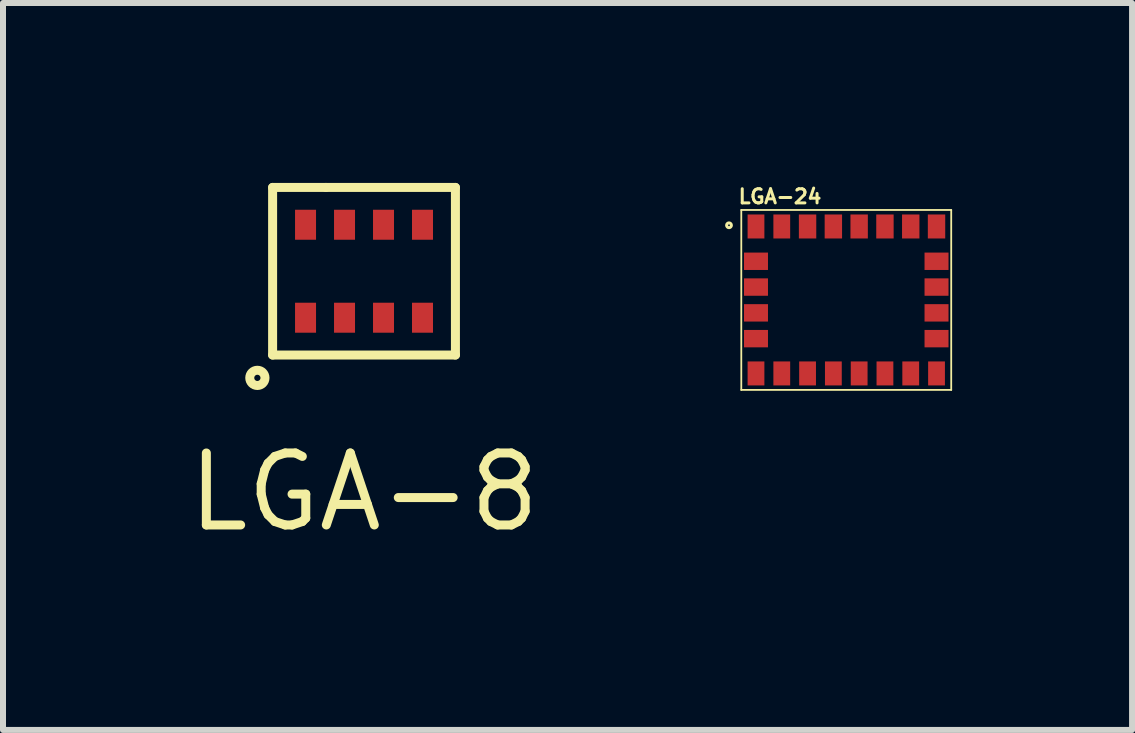
<source format=kicad_pcb>
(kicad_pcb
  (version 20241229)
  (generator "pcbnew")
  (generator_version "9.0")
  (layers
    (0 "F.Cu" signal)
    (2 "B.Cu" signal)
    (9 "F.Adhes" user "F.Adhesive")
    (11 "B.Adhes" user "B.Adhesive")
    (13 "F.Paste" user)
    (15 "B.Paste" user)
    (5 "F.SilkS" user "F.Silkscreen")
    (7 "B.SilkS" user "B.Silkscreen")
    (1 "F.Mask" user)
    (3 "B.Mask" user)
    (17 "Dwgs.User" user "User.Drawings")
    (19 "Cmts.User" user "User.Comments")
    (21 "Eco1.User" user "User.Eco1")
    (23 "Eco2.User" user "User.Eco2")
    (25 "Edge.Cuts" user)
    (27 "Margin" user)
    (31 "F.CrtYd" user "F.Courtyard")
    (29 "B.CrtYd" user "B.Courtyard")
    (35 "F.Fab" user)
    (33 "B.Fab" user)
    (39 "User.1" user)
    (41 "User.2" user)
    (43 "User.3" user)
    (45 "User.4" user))
  (footprint "LGA-24"
    (layer "F.Cu")
    (at 11.054 1.946)
    (property "Reference" "LGA-24" (at -1.1 -1.72 0) (layer "F.SilkS") (effects (font (size 0.236 0.236) (thickness 0.05))))
    (attr smd)
    (fp_line (start -1.745 -1.495) (end 1.755 -1.495) (stroke (width 0.03) (type solid)) (layer "F.SilkS"))
    (fp_line (start -1.745 1.505) (end -1.745 -1.495) (stroke (width 0.03) (type solid)) (layer "F.SilkS"))
    (fp_line (start 1.755 -1.495) (end 1.755 1.505) (stroke (width 0.03) (type solid)) (layer "F.SilkS"))
    (fp_line (start 1.755 1.505) (end -1.745 1.505) (stroke (width 0.03) (type solid)) (layer "F.SilkS"))
    (fp_circle (center -1.95 -1.24) (end -1.91 -1.24) (stroke (width 0.05) (type solid)) (fill no) (layer "F.SilkS"))
    (pad "1" smd rect (at -1.5 -1.22) (size 0.28 0.4) (layers "F.Cu" "F.Mask" "F.Paste"))
    (pad "2" smd rect (at -1.5 -0.64 90) (size 0.29 0.4) (layers "F.Cu" "F.Mask" "F.Paste"))
    (pad "3" smd rect (at -1.5 -0.21 90) (size 0.29 0.4) (layers "F.Cu" "F.Mask" "F.Paste"))
    (pad "4" smd rect (at -1.5 0.22 90) (size 0.29 0.4) (layers "F.Cu" "F.Mask" "F.Paste"))
    (pad "5" smd rect (at -1.5 0.65 90) (size 0.29 0.4) (layers "F.Cu" "F.Mask" "F.Paste"))
    (pad "6" smd rect (at -1.5 1.23) (size 0.28 0.4) (layers "F.Cu" "F.Mask" "F.Paste"))
    (pad "7" smd rect (at -1.07 1.23) (size 0.28 0.4) (layers "F.Cu" "F.Mask" "F.Paste"))
    (pad "8" smd rect (at -0.64 1.23) (size 0.28 0.4) (layers "F.Cu" "F.Mask" "F.Paste"))
    (pad "9" smd rect (at -0.21 1.23) (size 0.28 0.4) (layers "F.Cu" "F.Mask" "F.Paste"))
    (pad "10" smd rect (at 0.22 1.23) (size 0.28 0.4) (layers "F.Cu" "F.Mask" "F.Paste"))
    (pad "11" smd rect (at 0.65 1.23) (size 0.28 0.4) (layers "F.Cu" "F.Mask" "F.Paste"))
    (pad "12" smd rect (at 1.08 1.23) (size 0.28 0.4) (layers "F.Cu" "F.Mask" "F.Paste"))
    (pad "13" smd rect (at 1.51 1.23) (size 0.28 0.4) (layers "F.Cu" "F.Mask" "F.Paste"))
    (pad "14" smd rect (at 1.51 0.65 270) (size 0.29 0.4) (layers "F.Cu" "F.Mask" "F.Paste"))
    (pad "15" smd rect (at 1.51 0.22 270) (size 0.29 0.4) (layers "F.Cu" "F.Mask" "F.Paste"))
    (pad "16" smd rect (at 1.51 -0.21 270) (size 0.29 0.4) (layers "F.Cu" "F.Mask" "F.Paste"))
    (pad "17" smd rect (at 1.51 -0.64 270) (size 0.29 0.4) (layers "F.Cu" "F.Mask" "F.Paste"))
    (pad "18" smd rect (at 1.51 -1.22 180) (size 0.29 0.4) (layers "F.Cu" "F.Mask" "F.Paste"))
    (pad "19" smd rect (at 1.08 -1.22 180) (size 0.29 0.4) (layers "F.Cu" "F.Mask" "F.Paste"))
    (pad "20" smd rect (at 0.65 -1.22 180) (size 0.29 0.4) (layers "F.Cu" "F.Mask" "F.Paste"))
    (pad "21" smd rect (at 0.22 -1.22 180) (size 0.29 0.4) (layers "F.Cu" "F.Mask" "F.Paste"))
    (pad "22" smd rect (at -0.21 -1.22 180) (size 0.29 0.4) (layers "F.Cu" "F.Mask" "F.Paste"))
    (pad "23" smd rect (at -0.64 -1.22 180) (size 0.29 0.4) (layers "F.Cu" "F.Mask" "F.Paste"))
    (pad "24" smd rect (at -1.07 -1.22 180) (size 0.28 0.4) (layers "F.Cu" "F.Mask" "F.Paste")))
  (footprint "LGA-8"
    (layer "F.Cu")
    (at 3.019 1.472)
    (property "Reference" "LGA-8" (at 0 3.683 180) (layer "F.SilkS") (effects (font (size 1.2 1.2) (thickness 0.15))))
    (attr through_hole)
    (fp_line (start -1.524 -1.397) (end -1.524 1.397) (stroke (width 0.15) (type solid)) (layer "F.SilkS"))
    (fp_line (start -1.524 1.397) (end 1.524 1.397) (stroke (width 0.15) (type solid)) (layer "F.SilkS"))
    (fp_line (start -0.635 -1.397) (end -1.524 -1.397) (stroke (width 0.15) (type solid)) (layer "F.SilkS"))
    (fp_line (start 1.524 -1.397) (end -0.635 -1.397) (stroke (width 0.15) (type solid)) (layer "F.SilkS"))
    (fp_line (start 1.524 1.397) (end 1.524 -1.397) (stroke (width 0.15) (type solid)) (layer "F.SilkS"))
    (fp_circle (center -1.778 1.778) (end -1.651 1.778) (stroke (width 0.15) (type solid)) (fill no) (layer "F.SilkS"))
    (pad "1" smd rect (at -0.975 0.775) (size 0.35 0.5) (layers "F.Cu" "F.Mask" "F.Paste"))
    (pad "2" smd rect (at -0.325 0.775) (size 0.35 0.5) (layers "F.Cu" "F.Mask" "F.Paste"))
    (pad "3" smd rect (at 0.325 0.775) (size 0.35 0.5) (layers "F.Cu" "F.Mask" "F.Paste"))
    (pad "4" smd rect (at 0.975 0.775) (size 0.35 0.5) (layers "F.Cu" "F.Mask" "F.Paste"))
    (pad "5" smd rect (at 0.975 -0.775) (size 0.35 0.5) (layers "F.Cu" "F.Mask" "F.Paste"))
    (pad "6" smd rect (at 0.325 -0.775) (size 0.35 0.5) (layers "F.Cu" "F.Mask" "F.Paste"))
    (pad "7" smd rect (at -0.325 -0.775) (size 0.35 0.5) (layers "F.Cu" "F.Mask" "F.Paste"))
    (pad "8" smd rect (at -0.975 -0.775) (size 0.35 0.5) (layers "F.Cu" "F.Mask" "F.Paste")))
  (gr_rect
    (start -3 -3)
    (end 15.824 9.12)
    (stroke (width 0.1) (type default))
    (fill no)
    (layer "Edge.Cuts")))
</source>
